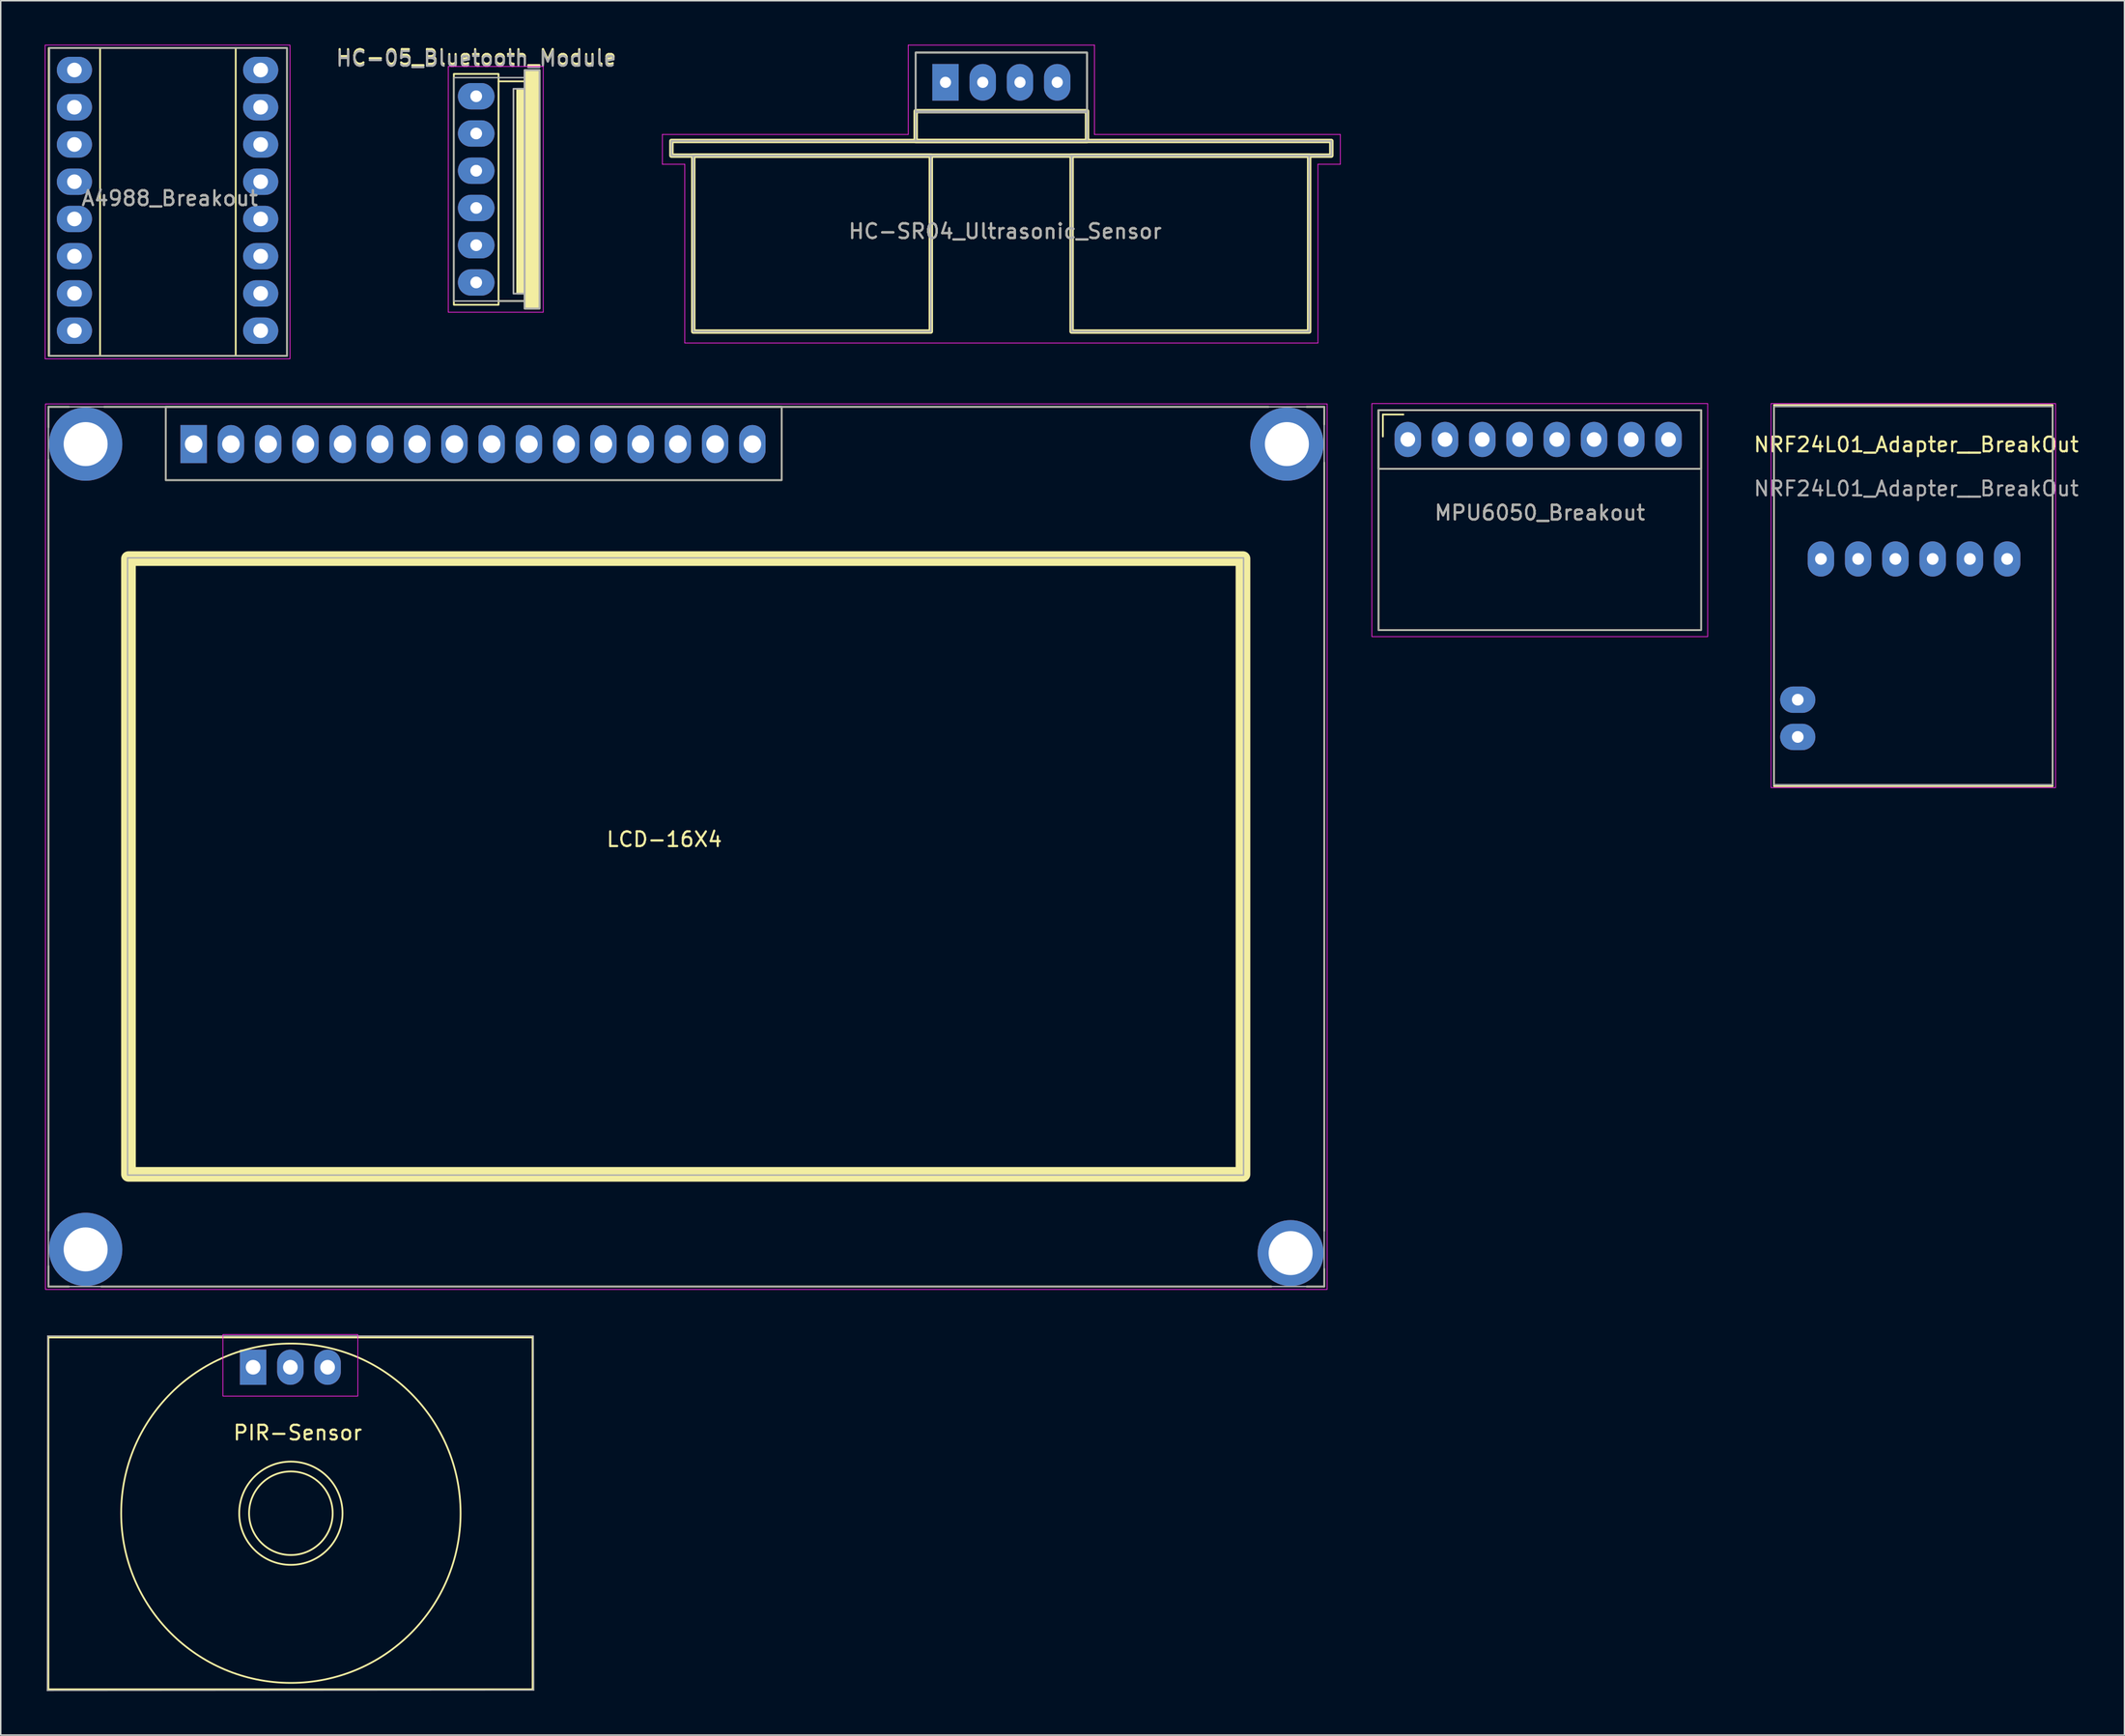
<source format=kicad_pcb>
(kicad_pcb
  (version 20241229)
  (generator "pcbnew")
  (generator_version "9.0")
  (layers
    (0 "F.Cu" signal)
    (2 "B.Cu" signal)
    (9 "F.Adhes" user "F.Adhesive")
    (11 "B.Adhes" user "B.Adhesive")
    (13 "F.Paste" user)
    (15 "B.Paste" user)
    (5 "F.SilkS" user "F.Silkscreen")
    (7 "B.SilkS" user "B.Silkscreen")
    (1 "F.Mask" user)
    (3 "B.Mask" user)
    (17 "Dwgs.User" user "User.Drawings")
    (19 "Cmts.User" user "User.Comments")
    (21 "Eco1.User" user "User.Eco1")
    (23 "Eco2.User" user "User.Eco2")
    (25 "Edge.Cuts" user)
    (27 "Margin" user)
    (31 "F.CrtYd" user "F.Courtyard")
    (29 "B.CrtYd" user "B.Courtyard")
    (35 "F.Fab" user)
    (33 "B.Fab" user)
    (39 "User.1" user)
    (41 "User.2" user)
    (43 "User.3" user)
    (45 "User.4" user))
  (footprint "PIR-Sensor"
    (layer "F.Cu")
    (at 0.25 88.175)
    (property "Reference" "PIR-Sensor" (at 17 6.5 0) (layer "F.SilkS") (effects (font (size 1 1) (thickness 0.15))))
    (attr through_hole)
    (fp_line (start 0 0) (end 0 24) (stroke (width 0.12) (type solid)) (layer "F.SilkS"))
    (fp_line (start 0 0) (end 33 0) (stroke (width 0.12) (type solid)) (layer "F.SilkS"))
    (fp_line (start 0 24) (end 33 24) (stroke (width 0.12) (type solid)) (layer "F.SilkS"))
    (fp_line (start 33.02 0) (end 33.02 24) (stroke (width 0.12) (type solid)) (layer "F.SilkS"))
    (fp_circle (center 16.535 11.989) (end 18.821 13.691) (stroke (width 0.12) (type solid)) (fill no) (layer "F.SilkS"))
    (fp_circle (center 16.535 11.989) (end 19.71 13.513) (stroke (width 0.12) (type solid)) (fill no) (layer "F.SilkS"))
    (fp_circle (center 16.535 11.989) (end 24.968 19.914) (stroke (width 0.12) (type solid)) (fill no) (layer "F.SilkS"))
    (fp_rect (start 11.9 -0.2) (end 21.1 4) (stroke (width 0.05) (type solid)) (fill no) (layer "F.CrtYd"))
    (fp_line (start -0.076 24.079) (end -0.051 -0.102) (stroke (width 0.08) (type solid)) (layer "F.Fab"))
    (fp_line (start -0.051 -0.102) (end 33.071 -0.102) (stroke (width 0.08) (type solid)) (layer "F.Fab"))
    (fp_line (start 33.071 -0.051) (end 33.096 24.054) (stroke (width 0.08) (type solid)) (layer "F.Fab"))
    (fp_line (start 33.096 24.054) (end -0.076 24.079) (stroke (width 0.08) (type solid)) (layer "F.Fab"))
    (pad "1" thru_hole rect (at 13.96 2.032) (size 1.8 2.4) (drill 1) (layers "*.Cu" "*.Mask"))
    (pad "2" thru_hole oval (at 16.5 2.032) (size 1.8 2.4) (drill 1) (layers "*.Cu" "*.Mask"))
    (pad "3" thru_hole oval (at 19.04 2.032) (size 1.8 2.4) (drill 1) (layers "*.Cu" "*.Mask")))
  (footprint "MPU6050_Breakout"
    (layer "F.Cu")
    (at 92.95 26.925)
    (property "Reference" "MPU6050_Breakout" (at 9 5 0) (unlocked yes) (layer "F.SilkS") (effects (font (size 1 1) (thickness 0.15))))
    (attr through_hole)
    (fp_line (start -1.7 -1.7) (end -0.3 -1.7) (stroke (width 0.12) (type solid)) (layer "F.SilkS"))
    (fp_line (start -1.7 -0.2) (end -1.7 -1.7) (stroke (width 0.12) (type solid)) (layer "F.SilkS"))
    (fp_rect (start -2 -2) (end 20 2) (stroke (width 0.12) (type solid)) (fill no) (layer "F.SilkS"))
    (fp_rect (start -2 -2) (end 20 13) (stroke (width 0.12) (type solid)) (fill no) (layer "F.SilkS"))
    (fp_rect (start -2.45 -2.45) (end 20.45 13.45) (stroke (width 0.05) (type solid)) (fill no) (layer "F.CrtYd"))
    (fp_line (start -2 2) (end 20 2) (stroke (width 0.1) (type solid)) (layer "F.Fab"))
    (fp_rect (start -2 -2) (end 20 13) (stroke (width 0.1) (type solid)) (fill no) (layer "F.Fab"))
    (fp_text user "${REFERENCE}" (at 9 5 0) (unlocked yes) (layer "F.Fab") (effects (font (size 1 1) (thickness 0.15))))
    (pad "1" thru_hole oval (at 0 0) (size 1.8 2.4) (drill 1) (layers "*.Cu" "*.Mask"))
    (pad "2" thru_hole oval (at 2.54 0) (size 1.8 2.4) (drill 1) (layers "*.Cu" "*.Mask"))
    (pad "3" thru_hole oval (at 5.08 0) (size 1.8 2.4) (drill 1) (layers "*.Cu" "*.Mask"))
    (pad "4" thru_hole oval (at 7.62 0) (size 1.8 2.4) (drill 1) (layers "*.Cu" "*.Mask"))
    (pad "5" thru_hole oval (at 10.16 0) (size 1.8 2.4) (drill 1) (layers "*.Cu" "*.Mask"))
    (pad "6" thru_hole oval (at 12.7 0) (size 1.8 2.4) (drill 1) (layers "*.Cu" "*.Mask"))
    (pad "7" thru_hole oval (at 15.24 0) (size 1.8 2.4) (drill 1) (layers "*.Cu" "*.Mask"))
    (pad "8" thru_hole oval (at 17.78 0) (size 1.8 2.4) (drill 1) (layers "*.Cu" "*.Mask")))
  (footprint "NRF24L01_Adapter__BreakOut"
    (layer "F.Cu")
    (at 121.121 35.075)
    (property "Reference" "NRF24L01_Adapter__BreakOut" (at 6.5 -7.8 0) (unlocked yes) (layer "F.SilkS") (effects (font (size 1 1) (thickness 0.15))))
    (attr through_hole)
    (fp_rect (start -3.2 -10.5) (end 15.8 15.5) (stroke (width 0.12) (type solid)) (fill no) (layer "F.SilkS"))
    (fp_rect (start 16 15.6) (end -3.4 -10.6) (stroke (width 0.05) (type solid)) (fill no) (layer "F.CrtYd"))
    (fp_rect (start -3.2 -10.4) (end 15.8 15.4) (stroke (width 0.1) (type solid)) (fill no) (layer "F.Fab"))
    (fp_text user "${REFERENCE}" (at 6.5 -4.8 0) (unlocked yes) (layer "F.Fab") (effects (font (size 1 1) (thickness 0.15))))
    (pad "1" thru_hole oval (at -1.58 9.6) (size 2.4 1.8) (drill 0.8) (layers "*.Cu" "*.Mask"))
    (pad "2" thru_hole oval (at -1.58 12.14) (size 2.4 1.8) (drill 0.8) (layers "*.Cu" "*.Mask"))
    (pad "3" thru_hole oval (at 12.7 0) (size 1.8 2.4) (drill 0.8) (layers "*.Cu" "*.Mask"))
    (pad "4" thru_hole oval (at 10.16 0) (size 1.8 2.4) (drill 0.8) (layers "*.Cu" "*.Mask"))
    (pad "5" thru_hole oval (at 7.62 0) (size 1.8 2.4) (drill 0.8) (layers "*.Cu" "*.Mask"))
    (pad "6" thru_hole oval (at 5.08 0) (size 1.8 2.4) (drill 0.8) (layers "*.Cu" "*.Mask"))
    (pad "7" thru_hole oval (at 2.54 0) (size 1.8 2.4) (drill 0.8) (layers "*.Cu" "*.Mask"))
    (pad "8" thru_hole oval (at 0 0) (size 1.8 2.4) (drill 0.8) (layers "*.Cu" "*.Mask")))
  (footprint "HC-05_Bluetooth_Module"
    (layer "F.Cu")
    (at 29.423 3.515)
    (property "Reference" "HC-05_Bluetooth_Module" (at 0 -2.667 0) (unlocked yes) (layer "F.SilkS") (effects (font (size 1 1) (thickness 0.15))))
    (attr through_hole)
    (fp_line (start 1.524 -1.016) (end 3.302 -1.016) (stroke (width 0.12) (type solid)) (layer "F.SilkS"))
    (fp_line (start 1.524 13.97) (end 3.302 13.97) (stroke (width 0.12) (type solid)) (layer "F.SilkS"))
    (fp_rect (start -1.524 -1.524) (end 1.524 14.224) (stroke (width 0.12) (type solid)) (fill no) (layer "F.SilkS"))
    (fp_poly (pts (xy 3.302 13.462) (xy 2.794 13.462) (xy 2.794 -0.508) (xy 3.302 -0.508)) (stroke (width 0.12) (type solid)) (fill yes) (layer "F.SilkS"))
    (fp_poly (pts (xy 4.318 14.478) (xy 3.302 14.478) (xy 3.302 -1.778) (xy 4.318 -1.778)) (stroke (width 0.12) (type solid)) (fill yes) (layer "F.SilkS"))
    (fp_rect (start -1.905 -2.032) (end 4.572 14.732) (stroke (width 0.05) (type solid)) (fill no) (layer "F.CrtYd"))
    (fp_rect (start -1.524 -1.27) (end 3.302 13.97) (stroke (width 0.1) (type solid)) (fill no) (layer "F.Fab"))
    (fp_poly (pts (xy 3.302 13.462) (xy 2.54 13.462) (xy 2.54 -0.508) (xy 3.302 -0.508)) (stroke (width 0.12) (type solid)) (fill no) (layer "F.Fab"))
    (fp_poly (pts (xy 4.318 14.478) (xy 3.302 14.478) (xy 3.302 -1.778) (xy 4.318 -1.778)) (stroke (width 0.12) (type solid)) (fill no) (layer "F.Fab"))
    (fp_text user "${REFERENCE}" (at 0 -2.54 0) (unlocked yes) (layer "F.Fab") (effects (font (size 1 1) (thickness 0.15))))
    (pad "1" thru_hole oval (at 0 12.7) (size 2.5 1.8) (drill 0.8) (layers "*.Cu" "*.Mask"))
    (pad "2" thru_hole oval (at 0 10.16) (size 2.5 1.8) (drill 0.8) (layers "*.Cu" "*.Mask"))
    (pad "3" thru_hole oval (at 0 7.62) (size 2.5 1.8) (drill 0.8) (layers "*.Cu" "*.Mask"))
    (pad "4" thru_hole oval (at 0 5.08) (size 2.5 1.8) (drill 0.8) (layers "*.Cu" "*.Mask"))
    (pad "5" thru_hole oval (at 0 2.54) (size 2.5 1.8) (drill 0.8) (layers "*.Cu" "*.Mask"))
    (pad "6" thru_hole oval (at 0 0) (size 2.5 1.8) (drill 0.8) (layers "*.Cu" "*.Mask")))
  (footprint "LCD-16X4"
    (layer "F.Cu")
    (at 0.25 24.7)
    (property "Reference" "LCD-16X4" (at 42 29.5 0) (layer "F.SilkS") (effects (font (size 1 1) (thickness 0.15))))
    (attr through_hole)
    (fp_line (start 0 0) (end 0 1.4) (stroke (width 0.12) (type solid)) (layer "F.SilkS"))
    (fp_line (start 0 0) (end 1.4 0) (stroke (width 0.12) (type solid)) (layer "F.SilkS"))
    (fp_line (start 0 3.6) (end 0 56.2) (stroke (width 0.12) (type solid)) (layer "F.SilkS"))
    (fp_line (start 0 58.6) (end 0 60) (stroke (width 0.12) (type solid)) (layer "F.SilkS"))
    (fp_line (start 0 60) (end 1.4 60) (stroke (width 0.12) (type solid)) (layer "F.SilkS"))
    (fp_line (start 3.6 60) (end 83.4 60) (stroke (width 0.12) (type solid)) (layer "F.SilkS"))
    (fp_line (start 3.8 0) (end 83.2 0) (stroke (width 0.12) (type solid)) (layer "F.SilkS"))
    (fp_line (start 85.8 60) (end 87 60) (stroke (width 0.12) (type solid)) (layer "F.SilkS"))
    (fp_line (start 87 0) (end 85.8 0) (stroke (width 0.12) (type solid)) (layer "F.SilkS"))
    (fp_line (start 87 1.2) (end 87 0) (stroke (width 0.12) (type solid)) (layer "F.SilkS"))
    (fp_line (start 87 3.8) (end 87 56.2) (stroke (width 0.12) (type solid)) (layer "F.SilkS"))
    (fp_line (start 87 60) (end 87 58.8) (stroke (width 0.12) (type solid)) (layer "F.SilkS"))
    (fp_rect (start 5.461 10.351) (end 81.461 52.35) (stroke (width 1) (type solid)) (fill no) (layer "F.SilkS"))
    (fp_rect (start 8 0) (end 50 5) (stroke (width 0.12) (type solid)) (fill no) (layer "F.SilkS"))
    (fp_rect (start -0.2 -0.2) (end 87.2 60.2) (stroke (width 0.05) (type solid)) (fill no) (layer "F.CrtYd"))
    (fp_rect (start 0 0) (end 87 60) (stroke (width 0.1) (type solid)) (fill no) (layer "F.Fab"))
    (fp_rect (start 5.4 10.3) (end 81.5 52.4) (stroke (width 0.1) (type solid)) (fill no) (layer "F.Fab"))
    (fp_rect (start 8 0) (end 50 5) (stroke (width 0.1) (type solid)) (fill no) (layer "F.Fab"))
    (pad "" thru_hole circle (at 2.54 2.54) (size 5 5) (drill 3) (layers "*.Cu" "*.Mask"))
    (pad "" thru_hole circle (at 2.54 57.468) (size 5 5) (drill 3) (layers "*.Cu" "*.Mask"))
    (pad "" thru_hole circle (at 84.455 2.54) (size 5 5) (drill 3) (layers "*.Cu" "*.Mask"))
    (pad "" thru_hole circle (at 84.709 57.721) (size 4.5 4.5) (drill 3) (layers "*.Cu" "*.Mask"))
    (pad "1" thru_hole rect (at 9.906 2.54) (size 1.8 2.6) (drill 1.2) (layers "*.Cu" "*.Mask"))
    (pad "2" thru_hole oval (at 12.446 2.54) (size 1.8 2.6) (drill 1.2) (layers "*.Cu" "*.Mask"))
    (pad "3" thru_hole oval (at 14.986 2.54) (size 1.8 2.6) (drill 1.2) (layers "*.Cu" "*.Mask"))
    (pad "4" thru_hole oval (at 17.526 2.54) (size 1.8 2.6) (drill 1.2) (layers "*.Cu" "*.Mask"))
    (pad "5" thru_hole oval (at 20.066 2.54) (size 1.8 2.6) (drill 1.2) (layers "*.Cu" "*.Mask"))
    (pad "6" thru_hole oval (at 22.606 2.54) (size 1.8 2.6) (drill 1.2) (layers "*.Cu" "*.Mask"))
    (pad "7" thru_hole oval (at 25.146 2.54) (size 1.8 2.6) (drill 1.2) (layers "*.Cu" "*.Mask"))
    (pad "8" thru_hole oval (at 27.686 2.54) (size 1.8 2.6) (drill 1.2) (layers "*.Cu" "*.Mask"))
    (pad "9" thru_hole oval (at 30.226 2.54) (size 1.8 2.6) (drill 1.2) (layers "*.Cu" "*.Mask"))
    (pad "10" thru_hole oval (at 32.766 2.54) (size 1.8 2.6) (drill 1.2) (layers "*.Cu" "*.Mask"))
    (pad "11" thru_hole oval (at 35.306 2.54) (size 1.8 2.6) (drill 1.2) (layers "*.Cu" "*.Mask"))
    (pad "12" thru_hole oval (at 37.846 2.54) (size 1.8 2.6) (drill 1.2) (layers "*.Cu" "*.Mask"))
    (pad "13" thru_hole oval (at 40.386 2.54) (size 1.8 2.6) (drill 1.2) (layers "*.Cu" "*.Mask"))
    (pad "14" thru_hole oval (at 42.926 2.54) (size 1.8 2.6) (drill 1.2) (layers "*.Cu" "*.Mask"))
    (pad "15" thru_hole oval (at 45.466 2.54) (size 1.8 2.6) (drill 1.2) (layers "*.Cu" "*.Mask"))
    (pad "16" thru_hole oval (at 48.006 2.54) (size 1.8 2.6) (drill 1.2) (layers "*.Cu" "*.Mask")))
  (footprint "HC-SR04_Ultrasonic_Sensor"
    (layer "F.Cu")
    (at 61.424 2.565)
    (property "Reference" "HC-SR04_Ultrasonic_Sensor" (at 4.064 10.16 0) (unlocked yes) (layer "F.SilkS") (effects (font (size 1 1) (thickness 0.15))))
    (attr through_hole)
    (fp_rect (start -18.69 4) (end 26.31 5) (stroke (width 0.3) (type solid)) (fill no) (layer "F.SilkS"))
    (fp_rect (start -17.2 5) (end -1 17) (stroke (width 0.3) (type solid)) (fill no) (layer "F.SilkS"))
    (fp_rect (start -2.032 -2.032) (end 9.652 2.032) (stroke (width 0.12) (type solid)) (fill no) (layer "F.SilkS"))
    (fp_rect (start -2.032 4) (end 9.652 1.968) (stroke (width 0.3) (type solid)) (fill no) (layer "F.SilkS"))
    (fp_rect (start 8.6 5) (end 24.8 17) (stroke (width 0.3) (type solid)) (fill no) (layer "F.SilkS"))
    (fp_line (start -19.304 3.556) (end -19.304 5.588) (stroke (width 0.05) (type solid)) (layer "F.CrtYd"))
    (fp_line (start -19.304 5.588) (end -17.78 5.588) (stroke (width 0.05) (type solid)) (layer "F.CrtYd"))
    (fp_line (start -17.78 5.588) (end -17.78 17.78) (stroke (width 0.05) (type solid)) (layer "F.CrtYd"))
    (fp_line (start -17.78 17.78) (end 25.4 17.78) (stroke (width 0.05) (type solid)) (layer "F.CrtYd"))
    (fp_line (start -2.54 -2.54) (end -2.54 3.556) (stroke (width 0.05) (type solid)) (layer "F.CrtYd"))
    (fp_line (start -2.54 3.556) (end -19.304 3.556) (stroke (width 0.05) (type solid)) (layer "F.CrtYd"))
    (fp_line (start 10.16 -2.54) (end -2.54 -2.54) (stroke (width 0.05) (type solid)) (layer "F.CrtYd"))
    (fp_line (start 10.16 3.556) (end 10.16 -2.54) (stroke (width 0.05) (type solid)) (layer "F.CrtYd"))
    (fp_line (start 25.4 5.588) (end 25.4 17.78) (stroke (width 0.05) (type solid)) (layer "F.CrtYd"))
    (fp_line (start 26.924 3.556) (end 10.16 3.556) (stroke (width 0.05) (type solid)) (layer "F.CrtYd"))
    (fp_line (start 26.924 3.556) (end 26.924 5.588) (stroke (width 0.05) (type solid)) (layer "F.CrtYd"))
    (fp_line (start 26.924 5.588) (end 25.4 5.588) (stroke (width 0.05) (type solid)) (layer "F.CrtYd"))
    (fp_rect (start -18.69 4) (end 26.31 5) (stroke (width 0.12) (type solid)) (fill no) (layer "F.Fab"))
    (fp_rect (start -17.2 5) (end -1 17) (stroke (width 0.12) (type solid)) (fill no) (layer "F.Fab"))
    (fp_rect (start -2.032 -2.032) (end 9.652 2.032) (stroke (width 0.12) (type solid)) (fill no) (layer "F.Fab"))
    (fp_rect (start -2.032 4) (end 9.652 1.968) (stroke (width 0.12) (type solid)) (fill no) (layer "F.Fab"))
    (fp_rect (start 8.6 5) (end 24.8 17) (stroke (width 0.12) (type solid)) (fill no) (layer "F.Fab"))
    (fp_text user "${REFERENCE}" (at 4.064 10.16 0) (unlocked yes) (layer "F.Fab") (effects (font (size 1 1) (thickness 0.15))))
    (pad "1" thru_hole rect (at 0 0 180) (size 1.8 2.5) (drill 0.762) (layers "*.Cu" "*.Mask"))
    (pad "2" thru_hole oval (at 2.54 0 180) (size 1.8 2.5) (drill 0.762) (layers "*.Cu" "*.Mask"))
    (pad "3" thru_hole oval (at 5.08 0 180) (size 1.8 2.5) (drill 0.762) (layers "*.Cu" "*.Mask"))
    (pad "4" thru_hole oval (at 7.62 0 180) (size 1.8 2.5) (drill 0.762) (layers "*.Cu" "*.Mask")))
  (footprint "A4988_Breakout"
    (layer "F.Cu")
    (at 2.025 1.725)
    (property "Reference" "A4988_Breakout" (at 6.5 8.75 0) (unlocked yes) (layer "F.SilkS") (effects (font (size 1 1) (thickness 0.15))))
    (attr through_hole)
    (fp_line (start 1.75 -1.5) (end 1.75 19.5) (stroke (width 0.12) (type solid)) (layer "F.SilkS"))
    (fp_line (start 11 -1.5) (end 11 19.5) (stroke (width 0.12) (type solid)) (layer "F.SilkS"))
    (fp_rect (start -1.75 -1.5) (end 14.5 19.5) (stroke (width 0.12) (type solid)) (fill no) (layer "F.SilkS"))
    (fp_rect (start -2 -1.7) (end 14.7 19.7) (stroke (width 0.05) (type solid)) (fill no) (layer "F.CrtYd"))
    (fp_rect (start -1.7 -1.5) (end 14.5 19.5) (stroke (width 0.1) (type solid)) (fill no) (layer "F.Fab"))
    (fp_text user "${REFERENCE}" (at 6.5 8.75 0) (unlocked yes) (layer "F.Fab") (effects (font (size 1 1) (thickness 0.15))))
    (pad "1" thru_hole oval (at 0 0) (size 2.4 1.8) (drill 1) (layers "*.Cu" "*.Mask"))
    (pad "2" thru_hole oval (at 0 2.54) (size 2.4 1.8) (drill 1) (layers "*.Cu" "*.Mask"))
    (pad "3" thru_hole oval (at 0 5.08) (size 2.4 1.8) (drill 1) (layers "*.Cu" "*.Mask"))
    (pad "4" thru_hole oval (at 0 7.62) (size 2.4 1.8) (drill 1) (layers "*.Cu" "*.Mask"))
    (pad "5" thru_hole oval (at 0 10.16) (size 2.4 1.8) (drill 1) (layers "*.Cu" "*.Mask"))
    (pad "6" thru_hole oval (at 0 12.7) (size 2.4 1.8) (drill 1) (layers "*.Cu" "*.Mask"))
    (pad "7" thru_hole oval (at 0 15.24) (size 2.4 1.8) (drill 1) (layers "*.Cu" "*.Mask"))
    (pad "8" thru_hole oval (at 0 17.78) (size 2.4 1.8) (drill 1) (layers "*.Cu" "*.Mask"))
    (pad "9" thru_hole oval (at 12.7 17.78) (size 2.4 1.8) (drill 1) (layers "*.Cu" "*.Mask"))
    (pad "10" thru_hole oval (at 12.7 15.24) (size 2.4 1.8) (drill 1) (layers "*.Cu" "*.Mask"))
    (pad "11" thru_hole oval (at 12.7 12.7) (size 2.4 1.8) (drill 1) (layers "*.Cu" "*.Mask"))
    (pad "12" thru_hole oval (at 12.7 10.16) (size 2.4 1.8) (drill 1) (layers "*.Cu" "*.Mask"))
    (pad "13" thru_hole oval (at 12.7 7.62) (size 2.4 1.8) (drill 1) (layers "*.Cu" "*.Mask"))
    (pad "14" thru_hole oval (at 12.7 5.08) (size 2.4 1.8) (drill 1) (layers "*.Cu" "*.Mask"))
    (pad "15" thru_hole oval (at 12.7 2.54) (size 2.4 1.8) (drill 1) (layers "*.Cu" "*.Mask"))
    (pad "16" thru_hole oval (at 12.7 0) (size 2.4 1.8) (drill 1) (layers "*.Cu" "*.Mask")))
  (gr_rect
    (start -3 -3)
    (end 141.818 115.294)
    (stroke (width 0.1) (type default))
    (fill no)
    (layer "Edge.Cuts")))
</source>
